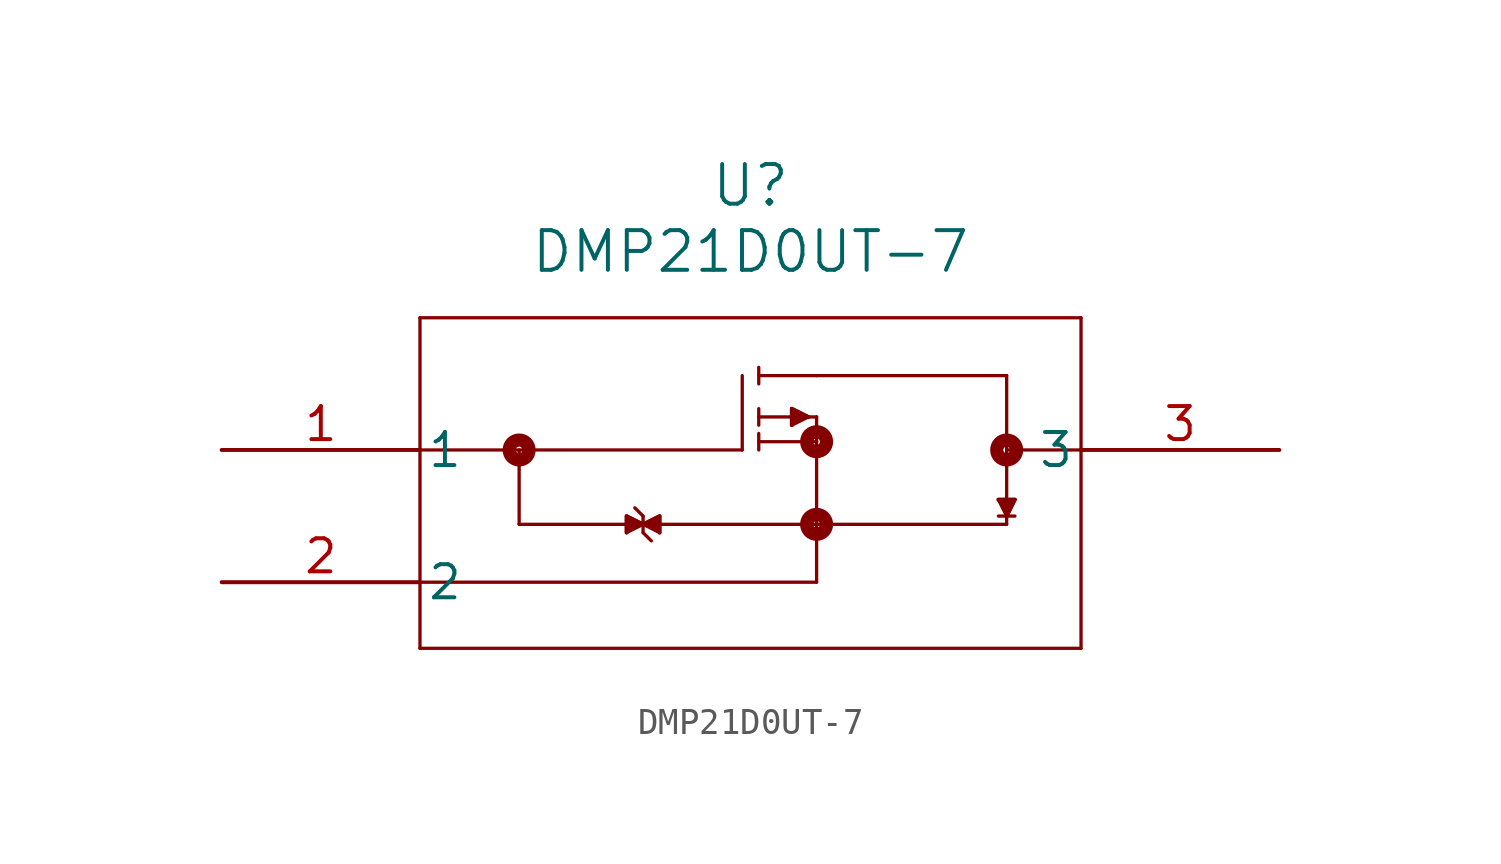
<source format=kicad_sym>
(kicad_symbol_lib
  (version 20211014)
  (generator kicad_symbol_editor)
  (symbol "DMP21D0UT-7"
    (pin_names
      (offset 0.254))
    (property "Reference" "U"
      (at 20.32 10.16 0)
      (effects (font (size 1.524 1.524))))
    (property "Value" "DMP21D0UT-7"
      (at 20.32 7.62 0)
      (effects (font (size 1.524 1.524))))
    (symbol "DMP21D0UT-7_0_1"
      (polyline (pts (xy 7.62 5.08) (xy 7.62 -7.62)) (stroke (width 0.127) (type default) (color 0 0 0 0)) (fill (type none)))
      (polyline (pts (xy 7.62 -7.62) (xy 33.02 -7.62)) (stroke (width 0.127) (type default) (color 0 0 0 0)) (fill (type none)))
      (polyline (pts (xy 33.02 -7.62) (xy 33.02 5.08)) (stroke (width 0.127) (type default) (color 0 0 0 0)) (fill (type none)))
      (polyline (pts (xy 33.02 5.08) (xy 7.62 5.08)) (stroke (width 0.127) (type default) (color 0 0 0 0)) (fill (type none)))
      (polyline (pts (xy 7.62 0) (xy 20.003 0)) (stroke (width 0.127) (type default) (color 0 0 0 0)) (fill (type none)))
      (polyline (pts (xy 20.003 0) (xy 20.003 2.857)) (stroke (width 0.127) (type default) (color 0 0 0 0)) (fill (type none)))
      (polyline (pts (xy 11.43 0) (xy 11.43 -2.857)) (stroke (width 0.127) (type default) (color 0 0 0 0)) (fill (type none)))
      (polyline (pts (xy 11.43 -2.857) (xy 15.557 -2.857)) (stroke (width 0.127) (type default) (color 0 0 0 0)) (fill (type none)))
      (polyline (pts (xy 15.557 -2.54) (xy 15.557 -3.175)) (stroke (width 0.127) (type default) (color 0 0 0 0)) (fill (type none)))
      (polyline (pts (xy 15.557 -3.175) (xy 16.192 -2.857)) (stroke (width 0.127) (type default) (color 0 0 0 0)) (fill (type none)))
      (polyline (pts (xy 16.192 -2.857) (xy 15.557 -2.54)) (stroke (width 0.127) (type default) (color 0 0 0 0)) (fill (type none)))
      (polyline (pts (xy 16.192 -2.857) (xy 16.828 -2.54)) (stroke (width 0.127) (type default) (color 0 0 0 0)) (fill (type none)))
      (polyline (pts (xy 16.192 -2.857) (xy 16.828 -3.175)) (stroke (width 0.127) (type default) (color 0 0 0 0)) (fill (type none)))
      (polyline (pts (xy 16.828 -3.175) (xy 16.828 -2.54)) (stroke (width 0.127) (type default) (color 0 0 0 0)) (fill (type none)))
      (polyline (pts (xy 16.828 -2.857) (xy 30.163 -2.857)) (stroke (width 0.127) (type default) (color 0 0 0 0)) (fill (type none)))
      (polyline (pts (xy 7.62 -5.08) (xy 22.86 -5.08)) (stroke (width 0.127) (type default) (color 0 0 0 0)) (fill (type none)))
      (polyline (pts (xy 22.86 -5.08) (xy 22.86 1.27)) (stroke (width 0.127) (type default) (color 0 0 0 0)) (fill (type none)))
      (polyline (pts (xy 22.86 1.27) (xy 22.543 1.27)) (stroke (width 0.127) (type default) (color 0 0 0 0)) (fill (type none)))
      (polyline (pts (xy 22.543 1.27) (xy 21.907 1.587)) (stroke (width 0.127) (type default) (color 0 0 0 0)) (fill (type none)))
      (polyline (pts (xy 22.543 1.27) (xy 21.907 0.953)) (stroke (width 0.127) (type default) (color 0 0 0 0)) (fill (type none)))
      (polyline (pts (xy 21.907 0.953) (xy 21.907 1.587)) (stroke (width 0.127) (type default) (color 0 0 0 0)) (fill (type none)))
      (polyline (pts (xy 21.907 1.27) (xy 20.637 1.27)) (stroke (width 0.127) (type default) (color 0 0 0 0)) (fill (type none)))
      (polyline (pts (xy 20.637 1.587) (xy 20.637 0.953)) (stroke (width 0.127) (type default) (color 0 0 0 0)) (fill (type none)))
      (polyline (pts (xy 20.637 0.635) (xy 20.637 0)) (stroke (width 0.127) (type default) (color 0 0 0 0)) (fill (type none)))
      (polyline (pts (xy 20.637 0.318) (xy 22.86 0.318)) (stroke (width 0.127) (type default) (color 0 0 0 0)) (fill (type none)))
      (polyline (pts (xy 20.637 2.54) (xy 20.637 3.175)) (stroke (width 0.127) (type default) (color 0 0 0 0)) (fill (type none)))
      (polyline (pts (xy 20.637 2.857) (xy 22.86 2.857)) (stroke (width 0.127) (type default) (color 0 0 0 0)) (fill (type none)))
      (circle (center 22.86 0.318) (radius 0.127) (stroke (width 0.508) (type default) (color 0 0 0 0)) (fill (type none)))
      (circle (center 22.86 -2.857) (radius 0.127) (stroke (width 0.508) (type default) (color 0 0 0 0)) (fill (type none)))
      (polyline (pts (xy 16.192 -3.175) (xy 16.192 -2.54)) (stroke (width 0.127) (type default) (color 0 0 0 0)) (fill (type none)))
      (polyline (pts (xy 16.192 -2.54) (xy 15.875 -2.223)) (stroke (width 0.127) (type default) (color 0 0 0 0)) (fill (type none)))
      (polyline (pts (xy 16.192 -3.175) (xy 16.51 -3.493)) (stroke (width 0.127) (type default) (color 0 0 0 0)) (fill (type none)))
      (polyline (pts (xy 22.86 2.857) (xy 30.163 2.857)) (stroke (width 0.127) (type default) (color 0 0 0 0)) (fill (type none)))
      (polyline (pts (xy 33.02 0) (xy 30.163 0)) (stroke (width 0.127) (type default) (color 0 0 0 0)) (fill (type none)))
      (polyline (pts (xy 30.163 -0.635) (xy 30.163 2.857)) (stroke (width 0.127) (type default) (color 0 0 0 0)) (fill (type none)))
      (polyline (pts (xy 30.163 -0.635) (xy 30.163 -1.905)) (stroke (width 0.127) (type default) (color 0 0 0 0)) (fill (type none)))
      (polyline (pts (xy 29.845 -1.905) (xy 30.48 -1.905)) (stroke (width 0.127) (type default) (color 0 0 0 0)) (fill (type none)))
      (polyline (pts (xy 30.48 -1.905) (xy 30.163 -2.54)) (stroke (width 0.127) (type default) (color 0 0 0 0)) (fill (type none)))
      (polyline (pts (xy 29.845 -1.905) (xy 30.163 -2.54)) (stroke (width 0.127) (type default) (color 0 0 0 0)) (fill (type none)))
      (polyline (pts (xy 29.845 -2.54) (xy 30.48 -2.54)) (stroke (width 0.127) (type default) (color 0 0 0 0)) (fill (type none)))
      (polyline (pts (xy 30.163 -2.54) (xy 30.163 -2.857)) (stroke (width 0.127) (type default) (color 0 0 0 0)) (fill (type none)))
      (circle (center 30.163 0) (radius 0.127) (stroke (width 0.508) (type default) (color 0 0 0 0)) (fill (type none)))
      (circle (center 11.43 0) (radius 0.127) (stroke (width 0.508) (type default) (color 0 0 0 0)) (fill (type none)))
      (polyline (pts (xy 16.192 -2.857) (xy 15.557 -2.54) (xy 15.557 -3.175)) (stroke (width 0) (type default) (color 0 0 0 0)) (fill (type outline)))
      (polyline (pts (xy 16.192 -2.857) (xy 16.828 -2.54) (xy 16.828 -3.175)) (stroke (width 0) (type default) (color 0 0 0 0)) (fill (type outline)))
      (polyline (pts (xy 21.907 0.953) (xy 21.907 1.587) (xy 22.543 1.27)) (stroke (width 0) (type default) (color 0 0 0 0)) (fill (type outline)))
      (polyline (pts (xy 29.845 -1.905) (xy 30.48 -1.905) (xy 30.163 -2.54)) (stroke (width 0) (type default) (color 0 0 0 0)) (fill (type outline)))
      (pin unspecified line (at 0 0 0) (length 7.62) (name "1" (effects (font (size 1.27 1.27)))) (number "1" (effects (font (size 1.27 1.27)))))
      (pin unspecified line (at 0 -5.08 0) (length 7.62) (name "2" (effects (font (size 1.27 1.27)))) (number "2" (effects (font (size 1.27 1.27)))))
      (pin unspecified line (at 40.64 0 180) (length 7.62) (name "3" (effects (font (size 1.27 1.27)))) (number "3" (effects (font (size 1.27 1.27))))))))
</source>
